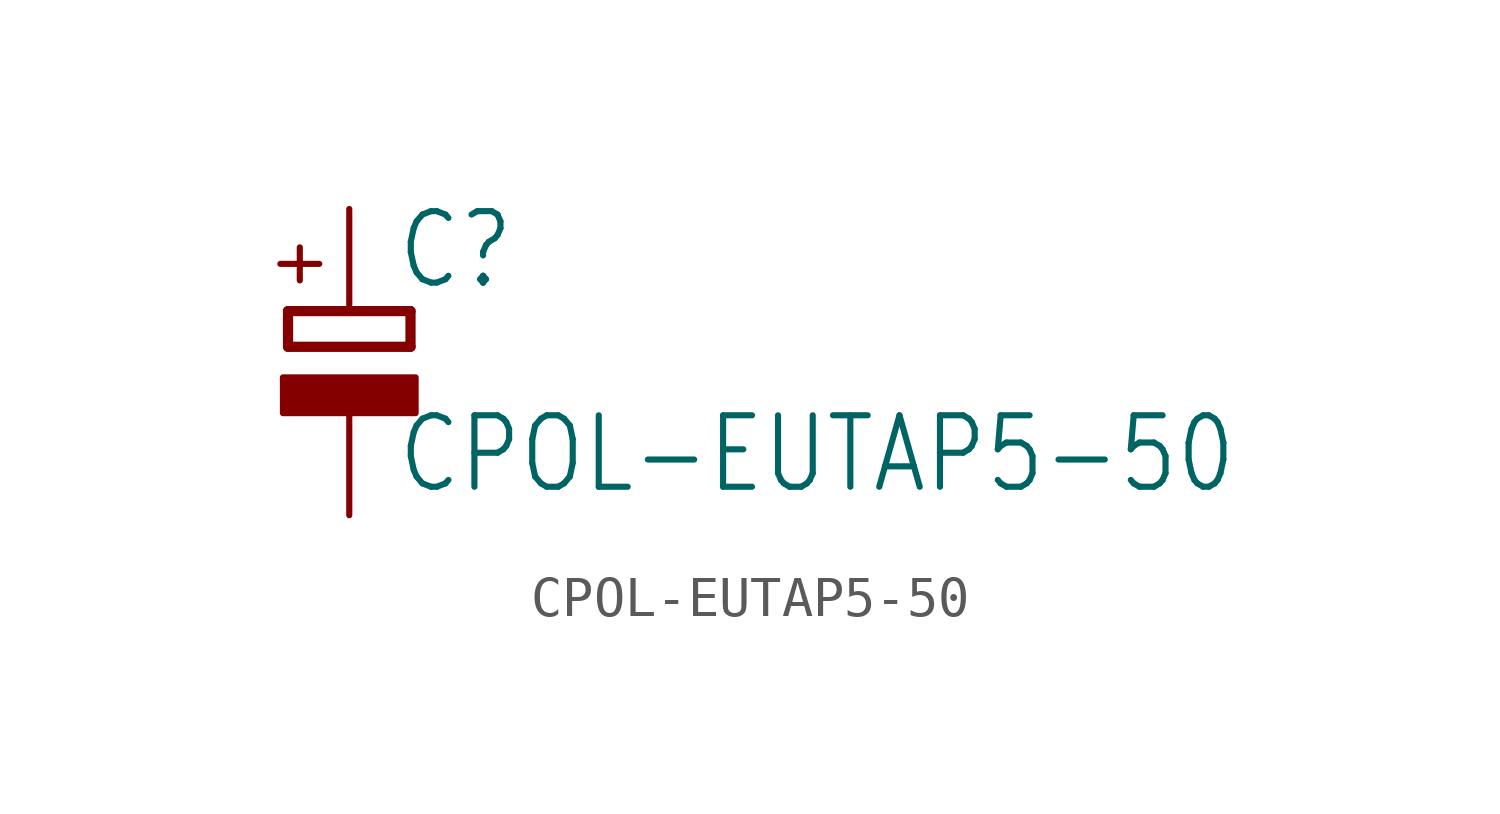
<source format=kicad_sym>
(kicad_symbol_lib
  (version 20220331)
  (generator kicad_symbol_editor)
  (symbol "CPOL-EUTAP5-50"
    (property "Reference" "C"
      (at 1.143 0.483 0)
      (effects (font (size 1.778 1.511)) (justify left bottom)))
    (property "Value" "CPOL-EUTAP5-50"
      (at 1.143 -4.597 0)
      (effects (font (size 1.778 1.511)) (justify left bottom)))
    (property "ki_locked" ""
      (at 0 0 0)
      (effects (font (size 1.27 1.27))))
    (symbol "CPOL-EUTAP5-50_1_0"
      (rectangle (start -1.651 -2.54) (end 1.651 -1.651) (stroke (width 0) (type default)) (fill (type outline)))
      (polyline (pts (xy -1.524 -0.889) (xy 1.524 -0.889)) (stroke (width 0.254) (type solid)) (fill (type none)))
      (polyline (pts (xy -1.524 0) (xy -1.524 -0.889)) (stroke (width 0.254) (type solid)) (fill (type none)))
      (polyline (pts (xy -1.524 0) (xy 1.524 0)) (stroke (width 0.254) (type solid)) (fill (type none)))
      (polyline (pts (xy 1.524 -0.889) (xy 1.524 0)) (stroke (width 0.254) (type solid)) (fill (type none)))
      (text "+" (at -0.584 0.406 900) (effects (font (size 1.27 1.079)) (justify left bottom)))
      (pin passive line (at 0 2.54 270) (length 2.54) (name "+" (effects (font (size 0 0)))) (number "+" (effects (font (size 0 0)))))
      (pin passive line (at 0 -5.08 90) (length 2.54) (name "-" (effects (font (size 0 0)))) (number "-" (effects (font (size 0 0))))))))
</source>
